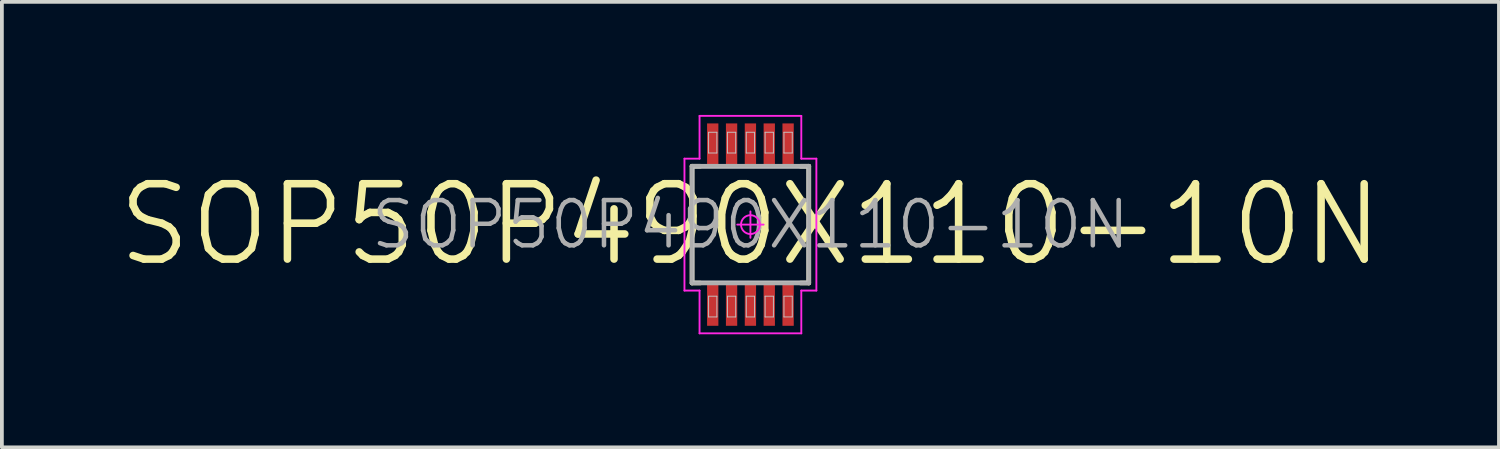
<source format=kicad_pcb>
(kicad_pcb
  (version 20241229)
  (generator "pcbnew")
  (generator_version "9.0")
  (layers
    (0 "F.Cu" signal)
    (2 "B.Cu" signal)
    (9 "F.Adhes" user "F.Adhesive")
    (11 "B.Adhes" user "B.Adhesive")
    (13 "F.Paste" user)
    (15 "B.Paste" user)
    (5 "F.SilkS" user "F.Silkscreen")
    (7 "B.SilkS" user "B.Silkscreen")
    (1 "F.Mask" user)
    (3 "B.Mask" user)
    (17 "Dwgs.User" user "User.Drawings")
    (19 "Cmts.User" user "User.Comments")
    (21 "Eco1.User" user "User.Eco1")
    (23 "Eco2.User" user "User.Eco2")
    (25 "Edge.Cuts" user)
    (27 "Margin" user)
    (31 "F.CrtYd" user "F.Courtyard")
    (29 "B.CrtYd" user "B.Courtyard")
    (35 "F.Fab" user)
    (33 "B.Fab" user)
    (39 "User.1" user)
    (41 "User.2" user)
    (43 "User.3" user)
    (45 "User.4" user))
  (footprint "SOP50P490X110-10N"
    (layer "F.Cu")
    (at 16.862 2.91)
    (property "Reference" "SOP50P490X110-10N" (at 0 0 0) (layer "F.Fab") (effects (font (size 1.2 1.2) (thickness 0.12))))
    (attr smd)
    (fp_line (start -1.55 -1.55) (end -1.33 -1.55) (stroke (width 0.12) (type solid)) (layer "F.SilkS"))
    (fp_line (start -1.55 1.55) (end -1.55 -1.55) (stroke (width 0.12) (type solid)) (layer "F.SilkS"))
    (fp_line (start -1.33 1.55) (end -1.55 1.55) (stroke (width 0.12) (type solid)) (layer "F.SilkS"))
    (fp_line (start 1.33 1.55) (end 1.55 1.55) (stroke (width 0.12) (type solid)) (layer "F.SilkS"))
    (fp_line (start 1.55 -1.55) (end 1.33 -1.55) (stroke (width 0.12) (type solid)) (layer "F.SilkS"))
    (fp_line (start 1.55 1.55) (end 1.55 -1.55) (stroke (width 0.12) (type solid)) (layer "F.SilkS"))
    (fp_line (start -1.5 -1.5) (end 1.5 -1.5) (stroke (width 0.025) (type solid)) (layer "Dwgs.User"))
    (fp_line (start -1.5 1.5) (end -1.5 -1.5) (stroke (width 0.025) (type solid)) (layer "Dwgs.User"))
    (fp_line (start -1.11 -2.45) (end -0.89 -2.45) (stroke (width 0.025) (type solid)) (layer "Dwgs.User"))
    (fp_line (start -1.11 -1.9) (end -1.11 -2.45) (stroke (width 0.025) (type solid)) (layer "Dwgs.User"))
    (fp_line (start -1.11 1.9) (end -0.89 1.9) (stroke (width 0.025) (type solid)) (layer "Dwgs.User"))
    (fp_line (start -1.11 2.45) (end -1.11 1.9) (stroke (width 0.025) (type solid)) (layer "Dwgs.User"))
    (fp_line (start -0.89 -2.45) (end -0.89 -1.9) (stroke (width 0.025) (type solid)) (layer "Dwgs.User"))
    (fp_line (start -0.89 -1.9) (end -1.11 -1.9) (stroke (width 0.025) (type solid)) (layer "Dwgs.User"))
    (fp_line (start -0.89 1.9) (end -0.89 2.45) (stroke (width 0.025) (type solid)) (layer "Dwgs.User"))
    (fp_line (start -0.89 2.45) (end -1.11 2.45) (stroke (width 0.025) (type solid)) (layer "Dwgs.User"))
    (fp_line (start -0.61 -2.45) (end -0.39 -2.45) (stroke (width 0.025) (type solid)) (layer "Dwgs.User"))
    (fp_line (start -0.61 -1.9) (end -0.61 -2.45) (stroke (width 0.025) (type solid)) (layer "Dwgs.User"))
    (fp_line (start -0.61 1.9) (end -0.39 1.9) (stroke (width 0.025) (type solid)) (layer "Dwgs.User"))
    (fp_line (start -0.61 2.45) (end -0.61 1.9) (stroke (width 0.025) (type solid)) (layer "Dwgs.User"))
    (fp_line (start -0.39 -2.45) (end -0.39 -1.9) (stroke (width 0.025) (type solid)) (layer "Dwgs.User"))
    (fp_line (start -0.39 -1.9) (end -0.61 -1.9) (stroke (width 0.025) (type solid)) (layer "Dwgs.User"))
    (fp_line (start -0.39 1.9) (end -0.39 2.45) (stroke (width 0.025) (type solid)) (layer "Dwgs.User"))
    (fp_line (start -0.39 2.45) (end -0.61 2.45) (stroke (width 0.025) (type solid)) (layer "Dwgs.User"))
    (fp_line (start -0.11 -2.45) (end 0.11 -2.45) (stroke (width 0.025) (type solid)) (layer "Dwgs.User"))
    (fp_line (start -0.11 -1.9) (end -0.11 -2.45) (stroke (width 0.025) (type solid)) (layer "Dwgs.User"))
    (fp_line (start -0.11 1.9) (end 0.11 1.9) (stroke (width 0.025) (type solid)) (layer "Dwgs.User"))
    (fp_line (start -0.11 2.45) (end -0.11 1.9) (stroke (width 0.025) (type solid)) (layer "Dwgs.User"))
    (fp_line (start 0.11 -2.45) (end 0.11 -1.9) (stroke (width 0.025) (type solid)) (layer "Dwgs.User"))
    (fp_line (start 0.11 -1.9) (end -0.11 -1.9) (stroke (width 0.025) (type solid)) (layer "Dwgs.User"))
    (fp_line (start 0.11 1.9) (end 0.11 2.45) (stroke (width 0.025) (type solid)) (layer "Dwgs.User"))
    (fp_line (start 0.11 2.45) (end -0.11 2.45) (stroke (width 0.025) (type solid)) (layer "Dwgs.User"))
    (fp_line (start 0.39 -2.45) (end 0.61 -2.45) (stroke (width 0.025) (type solid)) (layer "Dwgs.User"))
    (fp_line (start 0.39 -1.9) (end 0.39 -2.45) (stroke (width 0.025) (type solid)) (layer "Dwgs.User"))
    (fp_line (start 0.39 1.9) (end 0.61 1.9) (stroke (width 0.025) (type solid)) (layer "Dwgs.User"))
    (fp_line (start 0.39 2.45) (end 0.39 1.9) (stroke (width 0.025) (type solid)) (layer "Dwgs.User"))
    (fp_line (start 0.61 -2.45) (end 0.61 -1.9) (stroke (width 0.025) (type solid)) (layer "Dwgs.User"))
    (fp_line (start 0.61 -1.9) (end 0.39 -1.9) (stroke (width 0.025) (type solid)) (layer "Dwgs.User"))
    (fp_line (start 0.61 1.9) (end 0.61 2.45) (stroke (width 0.025) (type solid)) (layer "Dwgs.User"))
    (fp_line (start 0.61 2.45) (end 0.39 2.45) (stroke (width 0.025) (type solid)) (layer "Dwgs.User"))
    (fp_line (start 0.89 -2.45) (end 1.11 -2.45) (stroke (width 0.025) (type solid)) (layer "Dwgs.User"))
    (fp_line (start 0.89 -1.9) (end 0.89 -2.45) (stroke (width 0.025) (type solid)) (layer "Dwgs.User"))
    (fp_line (start 0.89 1.9) (end 1.11 1.9) (stroke (width 0.025) (type solid)) (layer "Dwgs.User"))
    (fp_line (start 0.89 2.45) (end 0.89 1.9) (stroke (width 0.025) (type solid)) (layer "Dwgs.User"))
    (fp_line (start 1.11 -2.45) (end 1.11 -1.9) (stroke (width 0.025) (type solid)) (layer "Dwgs.User"))
    (fp_line (start 1.11 -1.9) (end 0.89 -1.9) (stroke (width 0.025) (type solid)) (layer "Dwgs.User"))
    (fp_line (start 1.11 1.9) (end 1.11 2.45) (stroke (width 0.025) (type solid)) (layer "Dwgs.User"))
    (fp_line (start 1.11 2.45) (end 0.89 2.45) (stroke (width 0.025) (type solid)) (layer "Dwgs.User"))
    (fp_line (start 1.5 -1.5) (end 1.5 1.5) (stroke (width 0.025) (type solid)) (layer "Dwgs.User"))
    (fp_line (start 1.5 1.5) (end -1.5 1.5) (stroke (width 0.025) (type solid)) (layer "Dwgs.User"))
    (fp_line (start -1.75 -1.75) (end -1.75 1.75) (stroke (width 0.05) (type solid)) (layer "F.CrtYd"))
    (fp_line (start -1.75 1.75) (end -1.35 1.75) (stroke (width 0.05) (type solid)) (layer "F.CrtYd"))
    (fp_line (start -1.35 -2.885) (end -1.35 -1.75) (stroke (width 0.05) (type solid)) (layer "F.CrtYd"))
    (fp_line (start -1.35 -1.75) (end -1.75 -1.75) (stroke (width 0.05) (type solid)) (layer "F.CrtYd"))
    (fp_line (start -1.35 1.75) (end -1.35 2.885) (stroke (width 0.05) (type solid)) (layer "F.CrtYd"))
    (fp_line (start -1.35 2.885) (end 1.35 2.885) (stroke (width 0.05) (type solid)) (layer "F.CrtYd"))
    (fp_line (start -0.35 0) (end 0.35 0) (stroke (width 0.05) (type solid)) (layer "F.CrtYd"))
    (fp_line (start 0 -0.35) (end 0 0.35) (stroke (width 0.05) (type solid)) (layer "F.CrtYd"))
    (fp_line (start 1.35 -2.885) (end -1.35 -2.885) (stroke (width 0.05) (type solid)) (layer "F.CrtYd"))
    (fp_line (start 1.35 -1.75) (end 1.35 -2.885) (stroke (width 0.05) (type solid)) (layer "F.CrtYd"))
    (fp_line (start 1.35 1.75) (end 1.75 1.75) (stroke (width 0.05) (type solid)) (layer "F.CrtYd"))
    (fp_line (start 1.35 2.885) (end 1.35 1.75) (stroke (width 0.05) (type solid)) (layer "F.CrtYd"))
    (fp_line (start 1.75 -1.75) (end 1.35 -1.75) (stroke (width 0.05) (type solid)) (layer "F.CrtYd"))
    (fp_line (start 1.75 1.75) (end 1.75 -1.75) (stroke (width 0.05) (type solid)) (layer "F.CrtYd"))
    (fp_circle (center 0 0) (end 0 0.25) (stroke (width 0.05) (type solid)) (fill no) (layer "F.CrtYd"))
    (fp_line (start -1.55 -1.55) (end 1.55 -1.55) (stroke (width 0.12) (type solid)) (layer "F.Fab"))
    (fp_line (start -1.55 1.55) (end -1.55 -1.55) (stroke (width 0.12) (type solid)) (layer "F.Fab"))
    (fp_line (start 1.55 -1.55) (end 1.55 1.55) (stroke (width 0.12) (type solid)) (layer "F.Fab"))
    (fp_line (start 1.55 1.55) (end -1.55 1.55) (stroke (width 0.12) (type solid)) (layer "F.Fab"))
    (fp_text user "${REFERENCE}" (at 0 0 0) (layer "F.SilkS") (effects (font (size 2 2) (thickness 0.2))))
    (pad "1" smd rect (at -1 2.1 90) (size 1.17 0.3) (layers "F.Cu" "F.Mask" "F.Paste"))
    (pad "2" smd rect (at -0.5 2.1 90) (size 1.17 0.3) (layers "F.Cu" "F.Mask" "F.Paste"))
    (pad "3" smd rect (at 0 2.1 90) (size 1.17 0.3) (layers "F.Cu" "F.Mask" "F.Paste"))
    (pad "4" smd rect (at 0.5 2.1 90) (size 1.17 0.3) (layers "F.Cu" "F.Mask" "F.Paste"))
    (pad "5" smd rect (at 1 2.1 90) (size 1.17 0.3) (layers "F.Cu" "F.Mask" "F.Paste"))
    (pad "6" smd rect (at 1 -2.1 90) (size 1.17 0.3) (layers "F.Cu" "F.Mask" "F.Paste"))
    (pad "7" smd rect (at 0.5 -2.1 90) (size 1.17 0.3) (layers "F.Cu" "F.Mask" "F.Paste"))
    (pad "8" smd rect (at 0 -2.1 90) (size 1.17 0.3) (layers "F.Cu" "F.Mask" "F.Paste"))
    (pad "9" smd rect (at -0.5 -2.1 90) (size 1.17 0.3) (layers "F.Cu" "F.Mask" "F.Paste"))
    (pad "10" smd rect (at -1 -2.1 90) (size 1.17 0.3) (layers "F.Cu" "F.Mask" "F.Paste")))
  (gr_rect
    (start -3 -3)
    (end 36.724 8.82)
    (stroke (width 0.1) (type default))
    (fill no)
    (layer "Edge.Cuts")))
</source>
